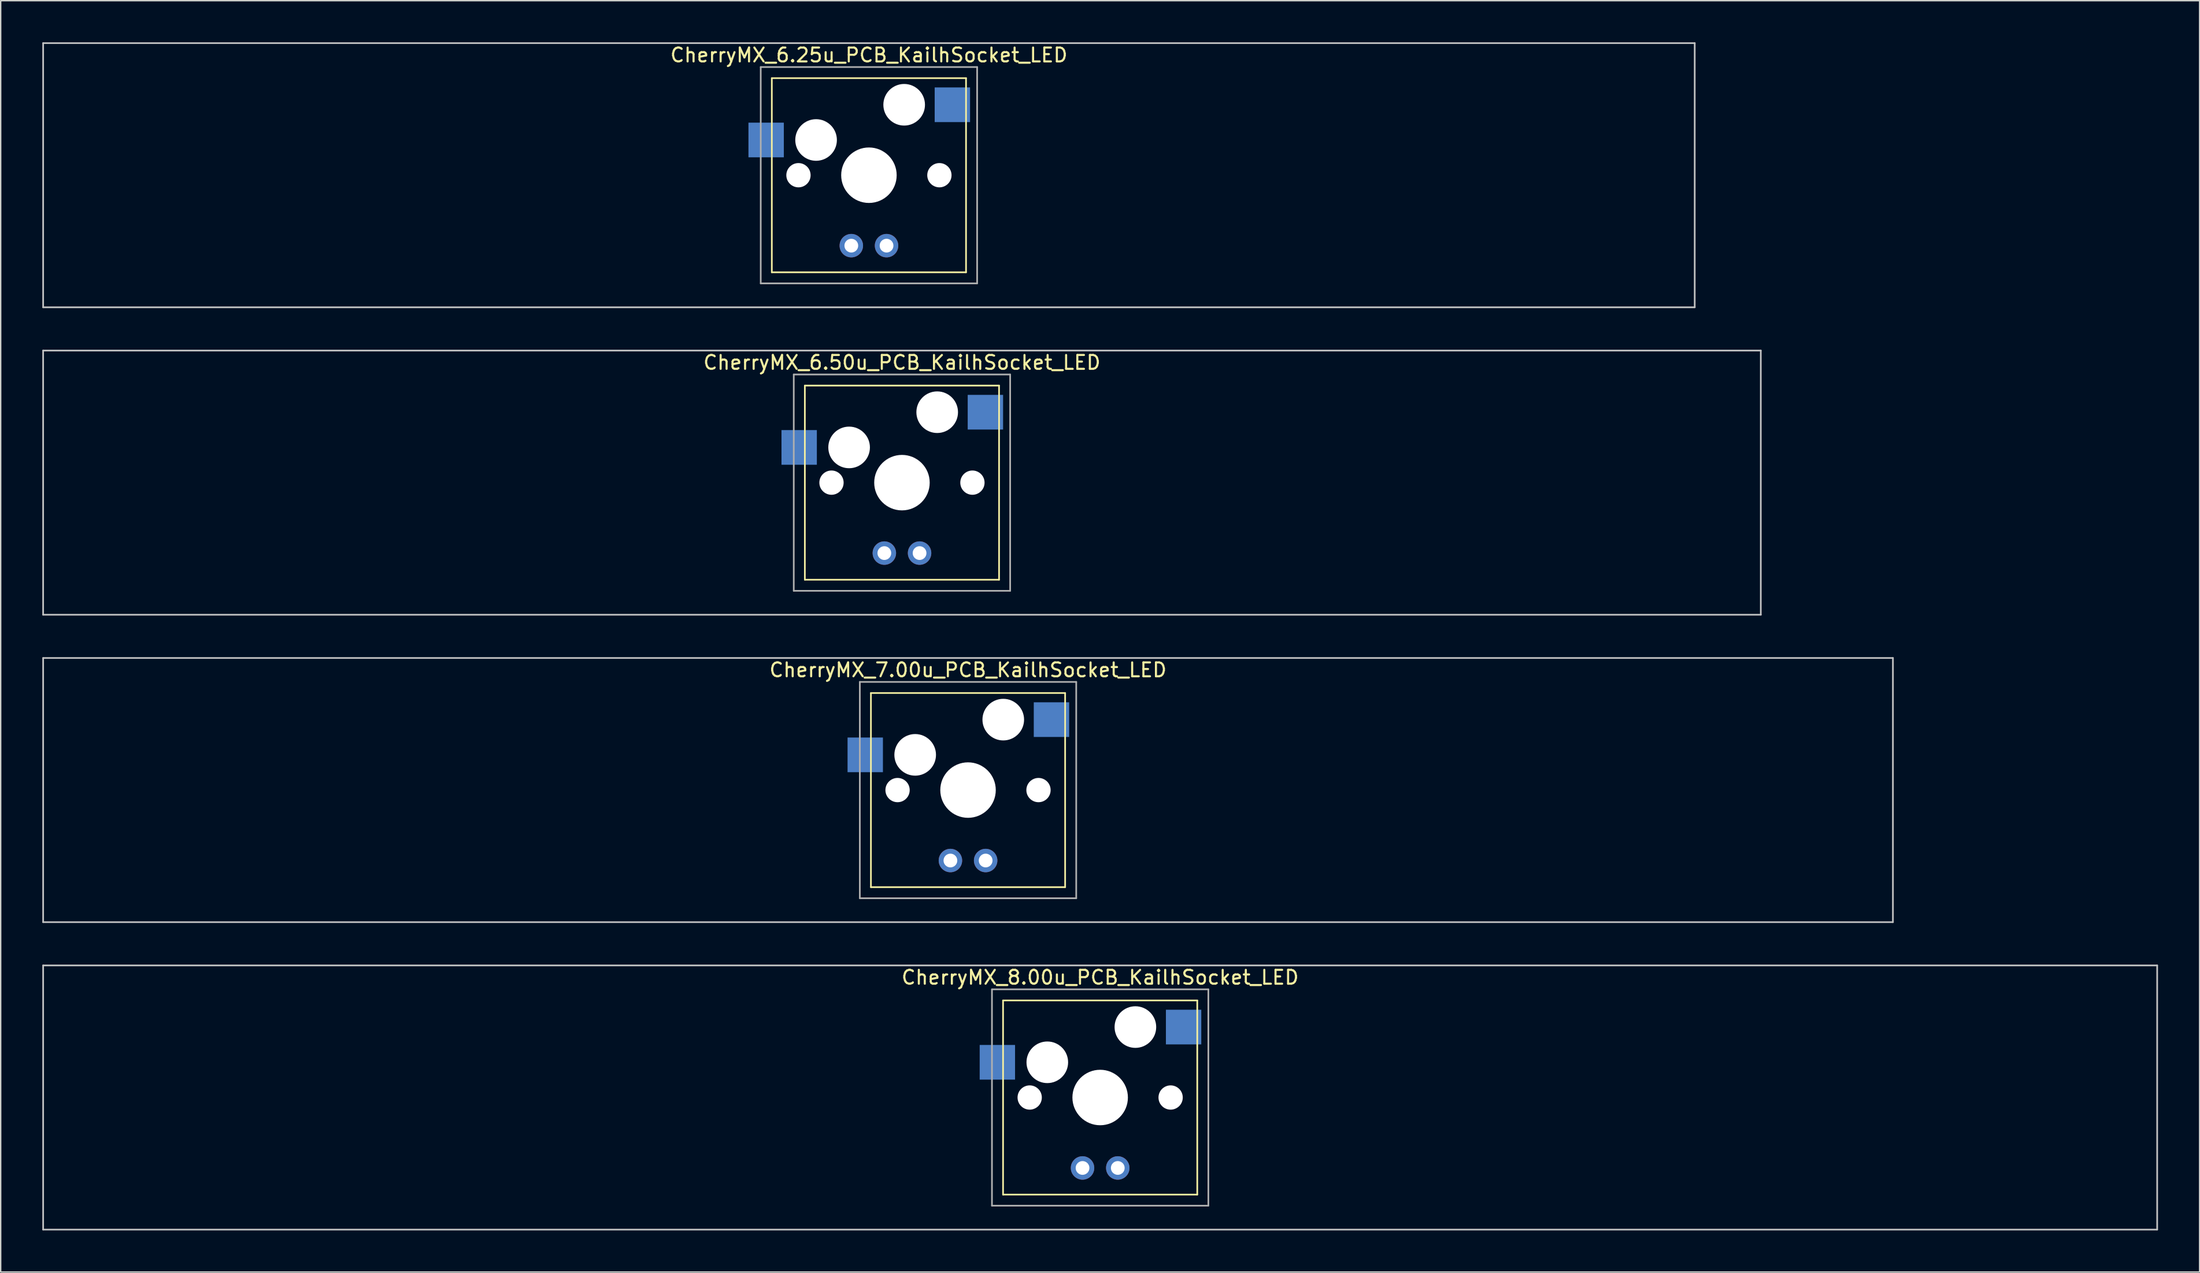
<source format=kicad_pcb>
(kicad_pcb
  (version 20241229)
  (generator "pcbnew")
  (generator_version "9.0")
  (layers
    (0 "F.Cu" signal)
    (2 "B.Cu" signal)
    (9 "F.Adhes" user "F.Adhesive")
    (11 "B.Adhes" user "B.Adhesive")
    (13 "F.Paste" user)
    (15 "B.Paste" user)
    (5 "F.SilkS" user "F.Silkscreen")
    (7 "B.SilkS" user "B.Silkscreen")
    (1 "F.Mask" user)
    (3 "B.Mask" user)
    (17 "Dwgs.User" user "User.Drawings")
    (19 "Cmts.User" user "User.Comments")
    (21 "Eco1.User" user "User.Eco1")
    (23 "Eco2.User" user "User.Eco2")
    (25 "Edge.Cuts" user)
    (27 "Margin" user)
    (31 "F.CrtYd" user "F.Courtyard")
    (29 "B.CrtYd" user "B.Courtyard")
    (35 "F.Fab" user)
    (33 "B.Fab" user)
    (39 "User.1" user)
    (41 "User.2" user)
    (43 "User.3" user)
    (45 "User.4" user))
  (footprint "CherryMX_8.00u_PCB_KailhSocket_LED"
    (layer "F.Cu")
    (at 76.26 76.095)
    (property "Reference" "CherryMX_8.00u_PCB_KailhSocket_LED" (at 0 -8.662 0) (layer "F.SilkS") (effects (font (size 1 1) (thickness 0.15))))
    (attr through_hole)
    (fp_line (start -7 -7) (end -7 7) (stroke (width 0.12) (type solid)) (layer "F.SilkS"))
    (fp_line (start -7 -7) (end 7 -7) (stroke (width 0.12) (type solid)) (layer "F.SilkS"))
    (fp_line (start 7 -7) (end 7 7) (stroke (width 0.12) (type solid)) (layer "F.SilkS"))
    (fp_line (start 7 7) (end -7 7) (stroke (width 0.12) (type solid)) (layer "F.SilkS"))
    (fp_line (start -76.2 -9.525) (end 76.2 -9.525) (stroke (width 0.12) (type solid)) (layer "Dwgs.User"))
    (fp_line (start -76.2 9.525) (end -76.2 -9.525) (stroke (width 0.12) (type solid)) (layer "Dwgs.User"))
    (fp_line (start 76.2 -9.525) (end 76.2 9.525) (stroke (width 0.12) (type solid)) (layer "Dwgs.User"))
    (fp_line (start 76.2 9.525) (end -76.2 9.525) (stroke (width 0.12) (type solid)) (layer "Dwgs.User"))
    (fp_line (start -7.8 -7.8) (end -7.8 7.8) (stroke (width 0.12) (type solid)) (layer "F.Fab"))
    (fp_line (start -7.8 -7.8) (end 7.8 -7.8) (stroke (width 0.12) (type solid)) (layer "F.Fab"))
    (fp_line (start -7.8 7.8) (end 7.8 7.8) (stroke (width 0.12) (type solid)) (layer "F.Fab"))
    (fp_line (start 7.8 -7.8) (end 7.8 7.8) (stroke (width 0.12) (type solid)) (layer "F.Fab"))
    (pad "" np_thru_hole circle (at -5.08 0) (size 1.75 1.75) (drill 1.75) (layers "*.Cu" "*.Mask"))
    (pad "" np_thru_hole circle (at -3.81 -2.54) (size 3 3) (drill 3) (layers "*.Cu" "*.Mask"))
    (pad "" np_thru_hole circle (at 0 0) (size 4 4) (drill 4) (layers "*.Cu" "*.Mask"))
    (pad "" np_thru_hole circle (at 2.54 -5.08) (size 3 3) (drill 3) (layers "*.Cu" "*.Mask"))
    (pad "" np_thru_hole circle (at 5.08 0) (size 1.75 1.75) (drill 1.75) (layers "*.Cu" "*.Mask"))
    (pad "1" smd rect (at -7.41 -2.54) (size 2.55 2.5) (layers "B.Cu" "B.Mask" "B.Paste"))
    (pad "2" smd rect (at 6.015 -5.08) (size 2.55 2.5) (layers "B.Cu" "B.Mask" "B.Paste"))
    (pad "3" thru_hole circle (at -1.27 5.08) (size 1.691 1.691) (drill 0.991) (layers "*.Cu" "*.Mask"))
    (pad "4" thru_hole circle (at 1.27 5.08) (size 1.691 1.691) (drill 0.991) (layers "*.Cu" "*.Mask")))
  (footprint "CherryMX_6.50u_PCB_KailhSocket_LED"
    (layer "F.Cu")
    (at 61.972 31.755)
    (property "Reference" "CherryMX_6.50u_PCB_KailhSocket_LED" (at 0 -8.662 0) (layer "F.SilkS") (effects (font (size 1 1) (thickness 0.15))))
    (attr through_hole)
    (fp_line (start -7 -7) (end -7 7) (stroke (width 0.12) (type solid)) (layer "F.SilkS"))
    (fp_line (start -7 -7) (end 7 -7) (stroke (width 0.12) (type solid)) (layer "F.SilkS"))
    (fp_line (start 7 -7) (end 7 7) (stroke (width 0.12) (type solid)) (layer "F.SilkS"))
    (fp_line (start 7 7) (end -7 7) (stroke (width 0.12) (type solid)) (layer "F.SilkS"))
    (fp_line (start -61.913 -9.525) (end 61.913 -9.525) (stroke (width 0.12) (type solid)) (layer "Dwgs.User"))
    (fp_line (start -61.913 9.525) (end -61.913 -9.525) (stroke (width 0.12) (type solid)) (layer "Dwgs.User"))
    (fp_line (start 61.913 -9.525) (end 61.913 9.525) (stroke (width 0.12) (type solid)) (layer "Dwgs.User"))
    (fp_line (start 61.913 9.525) (end -61.913 9.525) (stroke (width 0.12) (type solid)) (layer "Dwgs.User"))
    (fp_line (start -7.8 -7.8) (end -7.8 7.8) (stroke (width 0.12) (type solid)) (layer "F.Fab"))
    (fp_line (start -7.8 -7.8) (end 7.8 -7.8) (stroke (width 0.12) (type solid)) (layer "F.Fab"))
    (fp_line (start -7.8 7.8) (end 7.8 7.8) (stroke (width 0.12) (type solid)) (layer "F.Fab"))
    (fp_line (start 7.8 -7.8) (end 7.8 7.8) (stroke (width 0.12) (type solid)) (layer "F.Fab"))
    (pad "" np_thru_hole circle (at -5.08 0) (size 1.75 1.75) (drill 1.75) (layers "*.Cu" "*.Mask"))
    (pad "" np_thru_hole circle (at -3.81 -2.54) (size 3 3) (drill 3) (layers "*.Cu" "*.Mask"))
    (pad "" np_thru_hole circle (at 0 0) (size 4 4) (drill 4) (layers "*.Cu" "*.Mask"))
    (pad "" np_thru_hole circle (at 2.54 -5.08) (size 3 3) (drill 3) (layers "*.Cu" "*.Mask"))
    (pad "" np_thru_hole circle (at 5.08 0) (size 1.75 1.75) (drill 1.75) (layers "*.Cu" "*.Mask"))
    (pad "1" smd rect (at -7.41 -2.54) (size 2.55 2.5) (layers "B.Cu" "B.Mask" "B.Paste"))
    (pad "2" smd rect (at 6.015 -5.08) (size 2.55 2.5) (layers "B.Cu" "B.Mask" "B.Paste"))
    (pad "3" thru_hole circle (at -1.27 5.08) (size 1.691 1.691) (drill 0.991) (layers "*.Cu" "*.Mask"))
    (pad "4" thru_hole circle (at 1.27 5.08) (size 1.691 1.691) (drill 0.991) (layers "*.Cu" "*.Mask")))
  (footprint "CherryMX_6.25u_PCB_KailhSocket_LED"
    (layer "F.Cu")
    (at 59.591 9.585)
    (property "Reference" "CherryMX_6.25u_PCB_KailhSocket_LED" (at 0 -8.662 0) (layer "F.SilkS") (effects (font (size 1 1) (thickness 0.15))))
    (attr through_hole)
    (fp_line (start -7 -7) (end -7 7) (stroke (width 0.12) (type solid)) (layer "F.SilkS"))
    (fp_line (start -7 -7) (end 7 -7) (stroke (width 0.12) (type solid)) (layer "F.SilkS"))
    (fp_line (start 7 -7) (end 7 7) (stroke (width 0.12) (type solid)) (layer "F.SilkS"))
    (fp_line (start 7 7) (end -7 7) (stroke (width 0.12) (type solid)) (layer "F.SilkS"))
    (fp_line (start -59.531 -9.525) (end 59.531 -9.525) (stroke (width 0.12) (type solid)) (layer "Dwgs.User"))
    (fp_line (start -59.531 9.525) (end -59.531 -9.525) (stroke (width 0.12) (type solid)) (layer "Dwgs.User"))
    (fp_line (start 59.531 -9.525) (end 59.531 9.525) (stroke (width 0.12) (type solid)) (layer "Dwgs.User"))
    (fp_line (start 59.531 9.525) (end -59.531 9.525) (stroke (width 0.12) (type solid)) (layer "Dwgs.User"))
    (fp_line (start -7.8 -7.8) (end -7.8 7.8) (stroke (width 0.12) (type solid)) (layer "F.Fab"))
    (fp_line (start -7.8 -7.8) (end 7.8 -7.8) (stroke (width 0.12) (type solid)) (layer "F.Fab"))
    (fp_line (start -7.8 7.8) (end 7.8 7.8) (stroke (width 0.12) (type solid)) (layer "F.Fab"))
    (fp_line (start 7.8 -7.8) (end 7.8 7.8) (stroke (width 0.12) (type solid)) (layer "F.Fab"))
    (pad "" np_thru_hole circle (at -5.08 0) (size 1.75 1.75) (drill 1.75) (layers "*.Cu" "*.Mask"))
    (pad "" np_thru_hole circle (at -3.81 -2.54) (size 3 3) (drill 3) (layers "*.Cu" "*.Mask"))
    (pad "" np_thru_hole circle (at 0 0) (size 4 4) (drill 4) (layers "*.Cu" "*.Mask"))
    (pad "" np_thru_hole circle (at 2.54 -5.08) (size 3 3) (drill 3) (layers "*.Cu" "*.Mask"))
    (pad "" np_thru_hole circle (at 5.08 0) (size 1.75 1.75) (drill 1.75) (layers "*.Cu" "*.Mask"))
    (pad "1" smd rect (at -7.41 -2.54) (size 2.55 2.5) (layers "B.Cu" "B.Mask" "B.Paste"))
    (pad "2" smd rect (at 6.015 -5.08) (size 2.55 2.5) (layers "B.Cu" "B.Mask" "B.Paste"))
    (pad "3" thru_hole circle (at -1.27 5.08) (size 1.691 1.691) (drill 0.991) (layers "*.Cu" "*.Mask"))
    (pad "4" thru_hole circle (at 1.27 5.08) (size 1.691 1.691) (drill 0.991) (layers "*.Cu" "*.Mask")))
  (footprint "CherryMX_7.00u_PCB_KailhSocket_LED"
    (layer "F.Cu")
    (at 66.735 53.925)
    (property "Reference" "CherryMX_7.00u_PCB_KailhSocket_LED" (at 0 -8.662 0) (layer "F.SilkS") (effects (font (size 1 1) (thickness 0.15))))
    (attr through_hole)
    (fp_line (start -7 -7) (end -7 7) (stroke (width 0.12) (type solid)) (layer "F.SilkS"))
    (fp_line (start -7 -7) (end 7 -7) (stroke (width 0.12) (type solid)) (layer "F.SilkS"))
    (fp_line (start 7 -7) (end 7 7) (stroke (width 0.12) (type solid)) (layer "F.SilkS"))
    (fp_line (start 7 7) (end -7 7) (stroke (width 0.12) (type solid)) (layer "F.SilkS"))
    (fp_line (start -66.675 -9.525) (end 66.675 -9.525) (stroke (width 0.12) (type solid)) (layer "Dwgs.User"))
    (fp_line (start -66.675 9.525) (end -66.675 -9.525) (stroke (width 0.12) (type solid)) (layer "Dwgs.User"))
    (fp_line (start 66.675 -9.525) (end 66.675 9.525) (stroke (width 0.12) (type solid)) (layer "Dwgs.User"))
    (fp_line (start 66.675 9.525) (end -66.675 9.525) (stroke (width 0.12) (type solid)) (layer "Dwgs.User"))
    (fp_line (start -7.8 -7.8) (end -7.8 7.8) (stroke (width 0.12) (type solid)) (layer "F.Fab"))
    (fp_line (start -7.8 -7.8) (end 7.8 -7.8) (stroke (width 0.12) (type solid)) (layer "F.Fab"))
    (fp_line (start -7.8 7.8) (end 7.8 7.8) (stroke (width 0.12) (type solid)) (layer "F.Fab"))
    (fp_line (start 7.8 -7.8) (end 7.8 7.8) (stroke (width 0.12) (type solid)) (layer "F.Fab"))
    (pad "" np_thru_hole circle (at -5.08 0) (size 1.75 1.75) (drill 1.75) (layers "*.Cu" "*.Mask"))
    (pad "" np_thru_hole circle (at -3.81 -2.54) (size 3 3) (drill 3) (layers "*.Cu" "*.Mask"))
    (pad "" np_thru_hole circle (at 0 0) (size 4 4) (drill 4) (layers "*.Cu" "*.Mask"))
    (pad "" np_thru_hole circle (at 2.54 -5.08) (size 3 3) (drill 3) (layers "*.Cu" "*.Mask"))
    (pad "" np_thru_hole circle (at 5.08 0) (size 1.75 1.75) (drill 1.75) (layers "*.Cu" "*.Mask"))
    (pad "1" smd rect (at -7.41 -2.54) (size 2.55 2.5) (layers "B.Cu" "B.Mask" "B.Paste"))
    (pad "2" smd rect (at 6.015 -5.08) (size 2.55 2.5) (layers "B.Cu" "B.Mask" "B.Paste"))
    (pad "3" thru_hole circle (at -1.27 5.08) (size 1.691 1.691) (drill 0.991) (layers "*.Cu" "*.Mask"))
    (pad "4" thru_hole circle (at 1.27 5.08) (size 1.691 1.691) (drill 0.991) (layers "*.Cu" "*.Mask")))
  (gr_rect
    (start -3 -3)
    (end 155.52 88.68)
    (stroke (width 0.1) (type default))
    (fill no)
    (layer "Edge.Cuts")))
</source>
